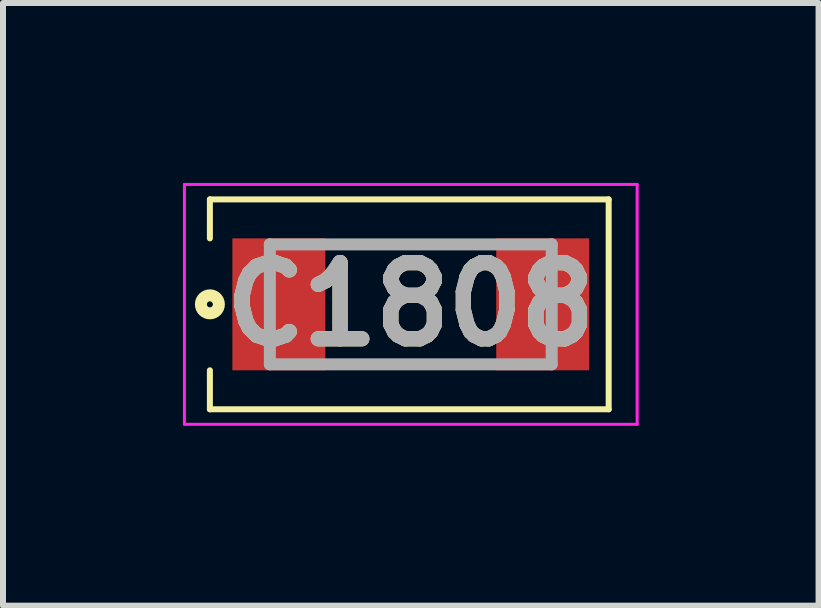
<source format=kicad_pcb>
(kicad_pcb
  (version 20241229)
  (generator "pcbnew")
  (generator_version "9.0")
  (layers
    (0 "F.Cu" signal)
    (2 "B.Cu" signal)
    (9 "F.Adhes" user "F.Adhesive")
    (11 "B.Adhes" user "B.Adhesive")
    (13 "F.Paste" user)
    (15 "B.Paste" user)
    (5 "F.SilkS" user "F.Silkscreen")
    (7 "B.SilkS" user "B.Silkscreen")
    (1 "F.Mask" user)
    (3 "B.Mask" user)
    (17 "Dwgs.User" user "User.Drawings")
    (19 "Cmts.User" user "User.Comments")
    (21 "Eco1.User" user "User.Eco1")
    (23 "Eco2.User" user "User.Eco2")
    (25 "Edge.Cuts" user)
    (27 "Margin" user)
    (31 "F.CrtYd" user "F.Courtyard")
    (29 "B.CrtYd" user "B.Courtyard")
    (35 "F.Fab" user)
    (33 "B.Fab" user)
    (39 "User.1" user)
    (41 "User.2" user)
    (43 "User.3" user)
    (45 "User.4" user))
  (footprint "C1808"
    (layer "F.Cu")
    (at 3.8 2.025)
    (property "Reference" "C1808" (at 0 0 0) (layer "F.SilkS") (effects (font (size 1.27 1.27) (thickness 0.254))))
    (attr smd)
    (fp_line (start -3.35 -1.75) (end 3.3 -1.75) (stroke (width 0.1) (type default)) (layer "F.SilkS"))
    (fp_line (start -3.35 -1.1) (end -3.35 -1.75) (stroke (width 0.1) (type default)) (layer "F.SilkS"))
    (fp_line (start -3.35 1.1) (end -3.35 1.75) (stroke (width 0.1) (type default)) (layer "F.SilkS"))
    (fp_line (start -3.35 1.75) (end 3.3 1.75) (stroke (width 0.1) (type default)) (layer "F.SilkS"))
    (fp_line (start 3.3 -1.75) (end 3.3 1.75) (stroke (width 0.1) (type default)) (layer "F.SilkS"))
    (fp_circle (center -3.35 0) (end -3.35 0.05) (stroke (width 0.2) (type solid)) (fill no) (layer "F.SilkS"))
    (fp_line (start -3.775 -2) (end 3.775 -2) (stroke (width 0.05) (type solid)) (layer "F.CrtYd"))
    (fp_line (start -3.775 2) (end -3.775 -2) (stroke (width 0.05) (type solid)) (layer "F.CrtYd"))
    (fp_line (start 3.775 -2) (end 3.775 2) (stroke (width 0.05) (type solid)) (layer "F.CrtYd"))
    (fp_line (start 3.775 2) (end -3.775 2) (stroke (width 0.05) (type solid)) (layer "F.CrtYd"))
    (fp_line (start -2.35 -1) (end 2.35 -1) (stroke (width 0.2) (type solid)) (layer "F.Fab"))
    (fp_line (start -2.35 1) (end -2.35 -1) (stroke (width 0.2) (type solid)) (layer "F.Fab"))
    (fp_line (start 2.35 -1) (end 2.35 1) (stroke (width 0.2) (type solid)) (layer "F.Fab"))
    (fp_line (start 2.35 1) (end -2.35 1) (stroke (width 0.2) (type solid)) (layer "F.Fab"))
    (fp_text user "${REFERENCE}" (at 0 0 0) (layer "F.Fab") (effects (font (size 1.27 1.27) (thickness 0.254))))
    (pad "1" smd rect (at -2.2 0) (size 1.55 2.2) (layers "F.Cu" "F.Mask" "F.Paste"))
    (pad "2" smd rect (at 2.2 0) (size 1.55 2.2) (layers "F.Cu" "F.Mask" "F.Paste"))
    (zone (net_name "") (layer "F.Cu") (name "Keepout") (hatch edge 0.5) (connect_pads) (min_thickness 0.25) (filled_areas_thickness no) (keepout (tracks allowed) (vias allowed) (pads allowed) (copperpour not_allowed) (footprints allowed)) (placement (enabled no)) (fill) (polygon (pts (xy 0.02 0.035) (xy 7.58 0.035) (xy 7.57 4.015) (xy 0.02 4.025)))))
  (gr_rect
    (start -3 -3)
    (end 10.6 7.05)
    (stroke (width 0.1) (type default))
    (fill no)
    (layer "Edge.Cuts")))
</source>
